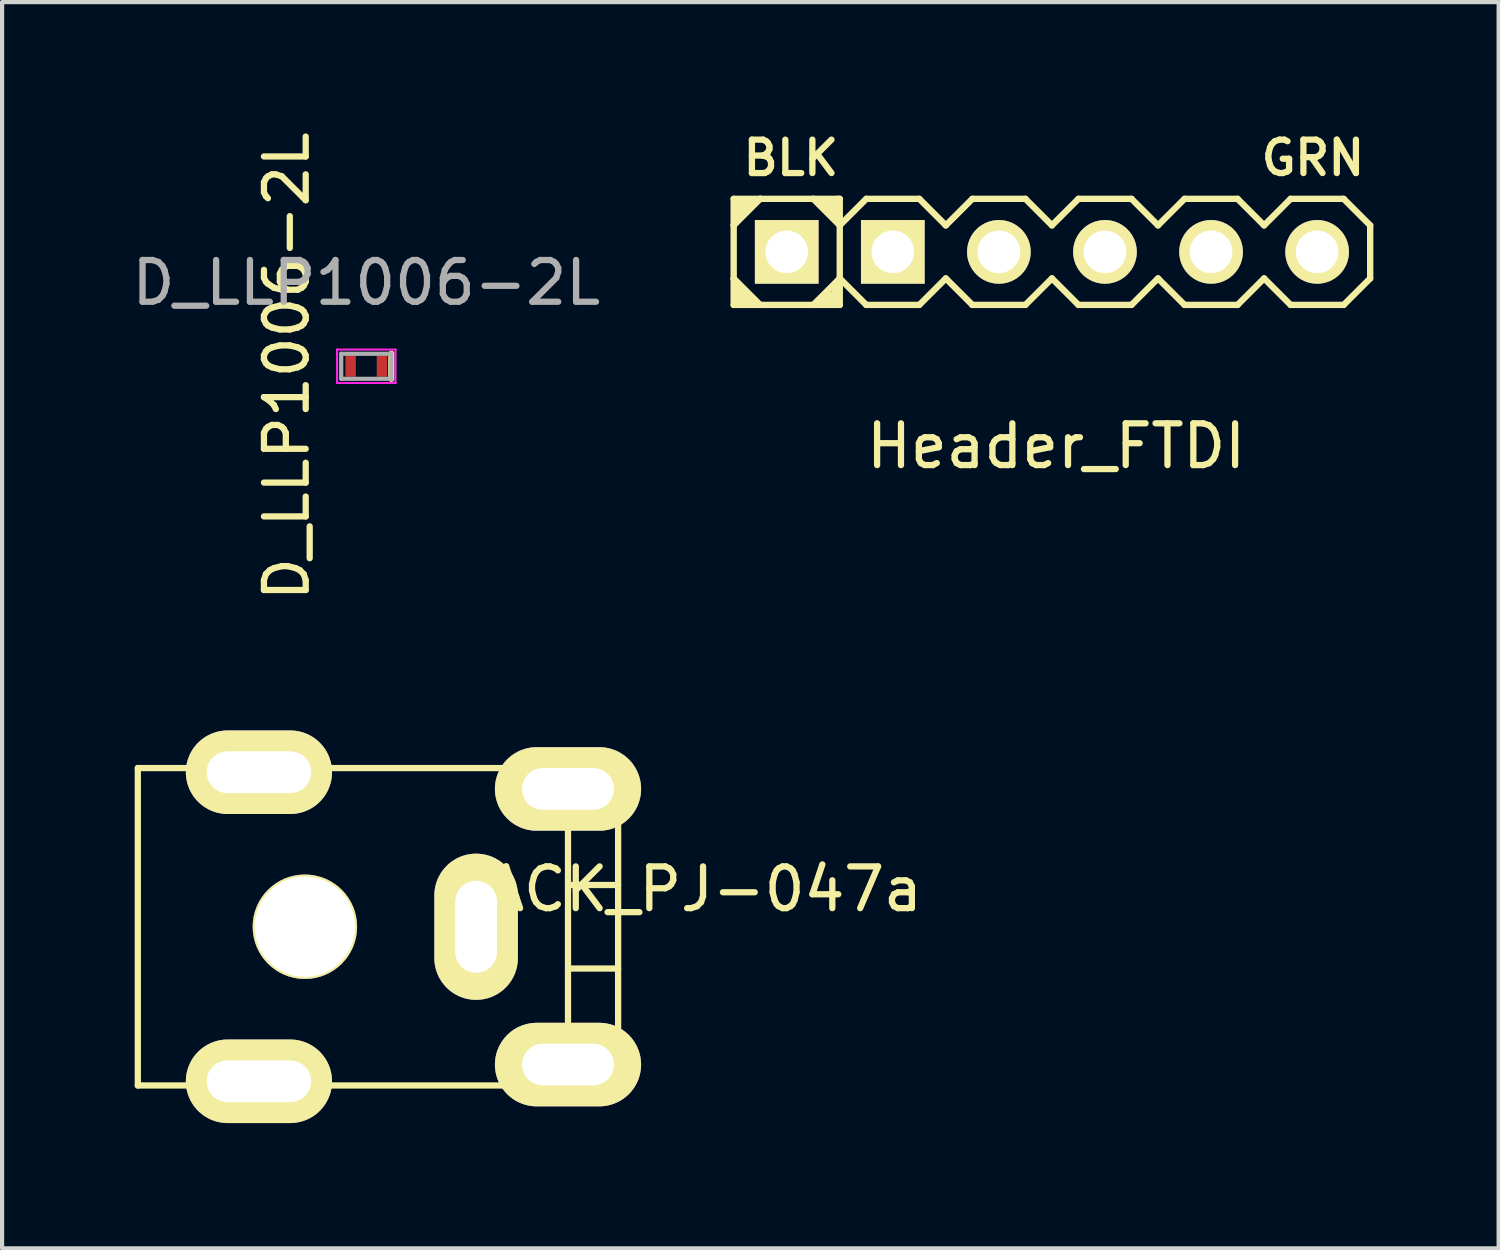
<source format=kicad_pcb>
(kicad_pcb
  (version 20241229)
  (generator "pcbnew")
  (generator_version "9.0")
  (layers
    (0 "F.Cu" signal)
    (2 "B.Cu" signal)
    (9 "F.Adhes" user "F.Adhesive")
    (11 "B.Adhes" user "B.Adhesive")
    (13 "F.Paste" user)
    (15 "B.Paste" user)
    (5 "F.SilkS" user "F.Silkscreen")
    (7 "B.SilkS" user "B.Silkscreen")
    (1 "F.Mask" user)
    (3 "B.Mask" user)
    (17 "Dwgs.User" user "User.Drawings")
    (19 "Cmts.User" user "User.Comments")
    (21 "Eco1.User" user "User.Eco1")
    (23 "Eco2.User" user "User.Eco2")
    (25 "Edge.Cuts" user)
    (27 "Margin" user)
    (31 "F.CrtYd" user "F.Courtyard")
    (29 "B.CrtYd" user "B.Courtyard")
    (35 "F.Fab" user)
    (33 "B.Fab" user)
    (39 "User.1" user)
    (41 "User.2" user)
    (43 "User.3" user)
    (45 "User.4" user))
  (footprint "Header_FTDI"
    (layer "F.Cu")
    (at 22.137 2.981)
    (property "Reference" "Header_FTDI" (at 0.1 4.65 0) (layer "F.SilkS") (effects (font (size 1 1) (thickness 0.15))))
    (attr smd)
    (fp_line (start -7.62 -1.27) (end -6.985 -1.27) (stroke (width 0.152) (type solid)) (layer "F.SilkS"))
    (fp_line (start -7.62 -0.635) (end -7.62 -1.27) (stroke (width 0.152) (type solid)) (layer "F.SilkS"))
    (fp_line (start -7.62 -0.635) (end -7.62 0.635) (stroke (width 0.152) (type solid)) (layer "F.SilkS"))
    (fp_line (start -7.62 0.635) (end -7.62 1.27) (stroke (width 0.152) (type solid)) (layer "F.SilkS"))
    (fp_line (start -7.62 0.635) (end -6.985 1.27) (stroke (width 0.152) (type solid)) (layer "F.SilkS"))
    (fp_line (start -7.62 1.27) (end -6.985 1.27) (stroke (width 0.152) (type solid)) (layer "F.SilkS"))
    (fp_line (start -7.493 -1.206) (end -7.493 -0.826) (stroke (width 0.152) (type solid)) (layer "F.SilkS"))
    (fp_line (start -7.493 1.206) (end -7.493 0.826) (stroke (width 0.152) (type solid)) (layer "F.SilkS"))
    (fp_line (start -7.366 -1.206) (end -7.366 -0.953) (stroke (width 0.152) (type solid)) (layer "F.SilkS"))
    (fp_line (start -7.366 1.206) (end -7.366 0.953) (stroke (width 0.152) (type solid)) (layer "F.SilkS"))
    (fp_line (start -7.239 -1.206) (end -7.239 -1.079) (stroke (width 0.152) (type solid)) (layer "F.SilkS"))
    (fp_line (start -7.239 1.206) (end -7.239 1.079) (stroke (width 0.152) (type solid)) (layer "F.SilkS"))
    (fp_line (start -6.985 -1.27) (end -7.62 -0.635) (stroke (width 0.152) (type solid)) (layer "F.SilkS"))
    (fp_line (start -6.985 1.27) (end -5.715 1.27) (stroke (width 0.152) (type solid)) (layer "F.SilkS"))
    (fp_line (start -5.715 -1.27) (end -6.985 -1.27) (stroke (width 0.152) (type solid)) (layer "F.SilkS"))
    (fp_line (start -5.715 -1.27) (end -5.144 -1.27) (stroke (width 0.152) (type solid)) (layer "F.SilkS"))
    (fp_line (start -5.715 1.27) (end -5.08 0.635) (stroke (width 0.152) (type solid)) (layer "F.SilkS"))
    (fp_line (start -5.461 -1.206) (end -5.461 -1.079) (stroke (width 0.152) (type solid)) (layer "F.SilkS"))
    (fp_line (start -5.461 1.206) (end -5.461 1.079) (stroke (width 0.152) (type solid)) (layer "F.SilkS"))
    (fp_line (start -5.334 -1.206) (end -5.334 -0.953) (stroke (width 0.152) (type solid)) (layer "F.SilkS"))
    (fp_line (start -5.334 1.206) (end -5.334 1.016) (stroke (width 0.152) (type solid)) (layer "F.SilkS"))
    (fp_line (start -5.207 -1.206) (end -5.207 -0.826) (stroke (width 0.152) (type solid)) (layer "F.SilkS"))
    (fp_line (start -5.207 1.206) (end -5.207 0.826) (stroke (width 0.152) (type solid)) (layer "F.SilkS"))
    (fp_line (start -5.144 -1.27) (end -5.08 -1.27) (stroke (width 0.152) (type solid)) (layer "F.SilkS"))
    (fp_line (start -5.08 -1.27) (end -5.08 -0.699) (stroke (width 0.152) (type solid)) (layer "F.SilkS"))
    (fp_line (start -5.08 -0.635) (end -5.715 -1.27) (stroke (width 0.152) (type solid)) (layer "F.SilkS"))
    (fp_line (start -5.08 -0.635) (end -5.08 0.635) (stroke (width 0.152) (type solid)) (layer "F.SilkS"))
    (fp_line (start -5.08 0.635) (end -5.08 1.27) (stroke (width 0.152) (type solid)) (layer "F.SilkS"))
    (fp_line (start -5.08 0.635) (end -4.445 1.27) (stroke (width 0.152) (type solid)) (layer "F.SilkS"))
    (fp_line (start -5.08 1.27) (end -5.715 1.27) (stroke (width 0.152) (type solid)) (layer "F.SilkS"))
    (fp_line (start -4.445 -1.27) (end -5.08 -0.635) (stroke (width 0.152) (type solid)) (layer "F.SilkS"))
    (fp_line (start -4.445 1.27) (end -3.175 1.27) (stroke (width 0.152) (type solid)) (layer "F.SilkS"))
    (fp_line (start -3.175 -1.27) (end -4.445 -1.27) (stroke (width 0.152) (type solid)) (layer "F.SilkS"))
    (fp_line (start -3.175 1.27) (end -2.54 0.635) (stroke (width 0.152) (type solid)) (layer "F.SilkS"))
    (fp_line (start -2.54 -0.635) (end -3.175 -1.27) (stroke (width 0.152) (type solid)) (layer "F.SilkS"))
    (fp_line (start -2.54 0.635) (end -1.905 1.27) (stroke (width 0.152) (type solid)) (layer "F.SilkS"))
    (fp_line (start -1.905 -1.27) (end -2.54 -0.635) (stroke (width 0.152) (type solid)) (layer "F.SilkS"))
    (fp_line (start -1.905 1.27) (end -0.635 1.27) (stroke (width 0.152) (type solid)) (layer "F.SilkS"))
    (fp_line (start -0.635 -1.27) (end -1.905 -1.27) (stroke (width 0.152) (type solid)) (layer "F.SilkS"))
    (fp_line (start -0.635 1.27) (end 0 0.635) (stroke (width 0.152) (type solid)) (layer "F.SilkS"))
    (fp_line (start 0 -0.635) (end -0.635 -1.27) (stroke (width 0.152) (type solid)) (layer "F.SilkS"))
    (fp_line (start 0 0.635) (end 0.635 1.27) (stroke (width 0.152) (type solid)) (layer "F.SilkS"))
    (fp_line (start 0.635 -1.27) (end 0 -0.635) (stroke (width 0.152) (type solid)) (layer "F.SilkS"))
    (fp_line (start 0.635 1.27) (end 1.905 1.27) (stroke (width 0.152) (type solid)) (layer "F.SilkS"))
    (fp_line (start 1.905 -1.27) (end 0.635 -1.27) (stroke (width 0.152) (type solid)) (layer "F.SilkS"))
    (fp_line (start 1.905 1.27) (end 2.54 0.635) (stroke (width 0.152) (type solid)) (layer "F.SilkS"))
    (fp_line (start 2.54 -0.635) (end 1.905 -1.27) (stroke (width 0.152) (type solid)) (layer "F.SilkS"))
    (fp_line (start 2.54 0.635) (end 3.175 1.27) (stroke (width 0.152) (type solid)) (layer "F.SilkS"))
    (fp_line (start 3.175 -1.27) (end 2.54 -0.635) (stroke (width 0.152) (type solid)) (layer "F.SilkS"))
    (fp_line (start 3.175 1.27) (end 4.445 1.27) (stroke (width 0.152) (type solid)) (layer "F.SilkS"))
    (fp_line (start 4.445 -1.27) (end 3.175 -1.27) (stroke (width 0.152) (type solid)) (layer "F.SilkS"))
    (fp_line (start 4.445 1.27) (end 5.08 0.635) (stroke (width 0.152) (type solid)) (layer "F.SilkS"))
    (fp_line (start 5.08 -0.635) (end 4.445 -1.27) (stroke (width 0.152) (type solid)) (layer "F.SilkS"))
    (fp_line (start 5.08 0.635) (end 5.715 1.27) (stroke (width 0.152) (type solid)) (layer "F.SilkS"))
    (fp_line (start 5.715 -1.27) (end 5.08 -0.635) (stroke (width 0.152) (type solid)) (layer "F.SilkS"))
    (fp_line (start 5.715 1.27) (end 6.985 1.27) (stroke (width 0.152) (type solid)) (layer "F.SilkS"))
    (fp_line (start 6.985 -1.27) (end 5.715 -1.27) (stroke (width 0.152) (type solid)) (layer "F.SilkS"))
    (fp_line (start 6.985 1.27) (end 7.62 0.635) (stroke (width 0.152) (type solid)) (layer "F.SilkS"))
    (fp_line (start 7.62 -0.635) (end 6.985 -1.27) (stroke (width 0.152) (type solid)) (layer "F.SilkS"))
    (fp_line (start 7.62 0.635) (end 7.62 -0.635) (stroke (width 0.152) (type solid)) (layer "F.SilkS"))
    (fp_text user "BLK" (at -6.25 -2.25 0) (layer "F.SilkS") (effects (font (size 0.8 0.8) (thickness 0.15))))
    (fp_text user "GRN" (at 6.25 -2.25 0) (layer "F.SilkS") (effects (font (size 0.8 0.8) (thickness 0.15))))
    (pad "1" thru_hole rect (at -6.35 0) (size 1.524 1.524) (drill 1.02) (layers "*.Cu" "*.Mask" "F.SilkS"))
    (pad "2" thru_hole rect (at -3.81 0) (size 1.524 1.524) (drill 1.02) (layers "*.Cu" "*.Mask" "F.SilkS"))
    (pad "3" thru_hole circle (at -1.27 0) (size 1.524 1.524) (drill 1.02) (layers "*.Cu" "*.Mask" "F.SilkS"))
    (pad "4" thru_hole circle (at 1.27 0) (size 1.524 1.524) (drill 1.02) (layers "*.Cu" "*.Mask" "F.SilkS"))
    (pad "5" thru_hole circle (at 3.81 0) (size 1.524 1.524) (drill 1.02) (layers "*.Cu" "*.Mask" "F.SilkS"))
    (pad "6" thru_hole circle (at 6.35 0) (size 1.524 1.524) (drill 1.02) (layers "*.Cu" "*.Mask" "F.SilkS")))
  (footprint "D_LLP1006-2L"
    (layer "F.Cu")
    (at 5.72 5.72)
    (property "Reference" "D_LLP1006-2L" (at -1.905 0 270) (layer "F.SilkS") (effects (font (size 1 1) (thickness 0.15))))
    (attr smd)
    (fp_line (start 0.6 -0.3) (end 0.6 0.3) (stroke (width 0.15) (type solid)) (layer "F.SilkS"))
    (fp_line (start -0.7 -0.4) (end -0.7 0.4) (stroke (width 0.05) (type solid)) (layer "F.CrtYd"))
    (fp_line (start -0.7 -0.4) (end 0.7 -0.4) (stroke (width 0.05) (type solid)) (layer "F.CrtYd"))
    (fp_line (start 0.7 -0.4) (end 0.7 0.4) (stroke (width 0.05) (type solid)) (layer "F.CrtYd"))
    (fp_line (start 0.7 0.4) (end -0.7 0.4) (stroke (width 0.05) (type solid)) (layer "F.CrtYd"))
    (fp_line (start -0.6 -0.3) (end 0.6 -0.3) (stroke (width 0.1) (type solid)) (layer "F.Fab"))
    (fp_line (start -0.6 0.3) (end -0.6 -0.3) (stroke (width 0.1) (type solid)) (layer "F.Fab"))
    (fp_line (start 0.6 -0.3) (end 0.6 0.3) (stroke (width 0.1) (type solid)) (layer "F.Fab"))
    (fp_line (start 0.6 0.3) (end -0.6 0.3) (stroke (width 0.1) (type solid)) (layer "F.Fab"))
    (fp_text user "${REFERENCE}" (at 0 -2 0) (layer "F.Fab") (effects (font (size 1 1) (thickness 0.15))))
    (pad "1" smd rect (at -0.375 0) (size 0.25 0.5) (layers "F.Cu" "F.Mask" "F.Paste"))
    (pad "2" smd rect (at 0.375 0) (size 0.25 0.5) (layers "F.Cu" "F.Mask" "F.Paste")))
  (footprint "JACK_PJ-047a"
    (layer "F.Cu")
    (at 0.25 19.14)
    (property "Reference" "JACK_PJ-047a" (at 13.2 -0.9 0) (layer "F.SilkS") (effects (font (size 1 1) (thickness 0.15))))
    (attr through_hole)
    (fp_line (start 0 -3.8) (end 0 3.8) (stroke (width 0.15) (type solid)) (layer "F.SilkS"))
    (fp_line (start 0 -3.8) (end 11.5 -3.8) (stroke (width 0.15) (type solid)) (layer "F.SilkS"))
    (fp_line (start 10.3 -3.8) (end 10.3 3.8) (stroke (width 0.15) (type solid)) (layer "F.SilkS"))
    (fp_line (start 10.3 -1) (end 11.5 -1) (stroke (width 0.15) (type solid)) (layer "F.SilkS"))
    (fp_line (start 11.5 -3.8) (end 11.5 3.8) (stroke (width 0.15) (type solid)) (layer "F.SilkS"))
    (fp_line (start 11.5 1) (end 10.3 1) (stroke (width 0.15) (type solid)) (layer "F.SilkS"))
    (fp_line (start 11.5 3.8) (end 0 3.8) (stroke (width 0.15) (type solid)) (layer "F.SilkS"))
    (pad "1" thru_hole oval (at 10.3 3.3) (size 3.5 2) (drill oval 2.2 1) (layers "*.Cu" "*.Mask" "F.SilkS"))
    (pad "2" thru_hole oval (at 8.1 0) (size 2 3.5) (drill oval 1 2.2) (layers "*.Cu" "*.Mask" "F.SilkS"))
    (pad "3" thru_hole oval (at 10.3 -3.3) (size 3.5 2) (drill oval 2.2 1) (layers "*.Cu" "*.Mask" "F.SilkS"))
    (pad "4" thru_hole oval (at 2.9 -3.7) (size 3.5 2) (drill oval 2.5 1) (layers "*.Cu" "*.Mask" "F.SilkS"))
    (pad "4" thru_hole oval (at 2.9 3.7) (size 3.5 2) (drill oval 2.5 1) (layers "*.Cu" "*.Mask" "F.SilkS"))
    (pad "5" thru_hole circle (at 4 0) (size 2.5 2.5) (drill 2.4) (layers "*.Cu" "*.Mask" "F.SilkS")))
  (gr_rect
    (start -3 -3)
    (end 32.833 26.84)
    (stroke (width 0.1) (type default))
    (fill no)
    (layer "Edge.Cuts")))
</source>
